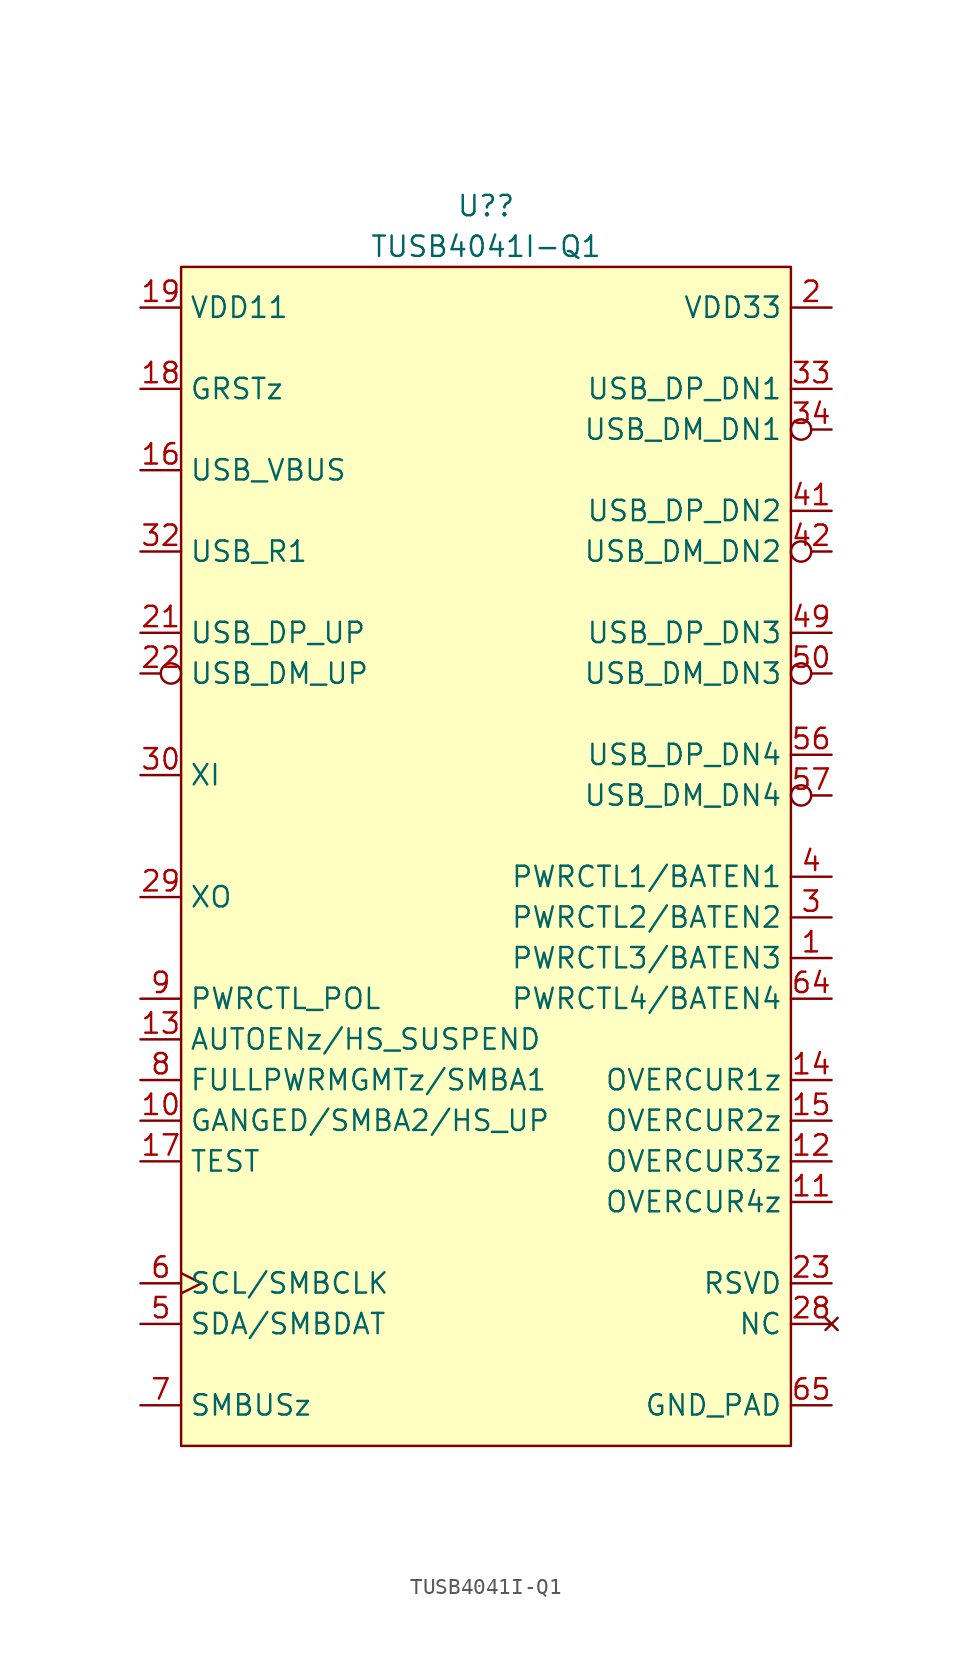
<source format=kicad_sym>
(kicad_symbol_lib
  (version 20241209)
  (generator "kicad_symbol_editor")
  (generator_version "9.0")
  (symbol "TUSB4041I-Q1"
    (property "Reference" "U?"
      (at 0 40.64 0)
      (do_not_autoplace)
      (effects (font (size 1.27 1.27))))
    (property "Value" "TUSB4041I-Q1"
      (at 0 38.1 0)
      (do_not_autoplace)
      (effects (font (size 1.27 1.27))))
    (symbol "TUSB4041I-Q1_0_0"
      (pin power_in line (at -21.59 34.29 0) (length 2.54) (name "VDD11" (effects (font (size 1.27 1.27)))) (number "19" (effects (font (size 1.27 1.27)))))
      (pin input line (at -21.59 29.21 0) (length 2.54) (name "GRSTz" (effects (font (size 1.27 1.27)))) (number "18" (effects (font (size 1.27 1.27)))))
      (pin input line (at -21.59 24.13 0) (length 2.54) (name "USB_VBUS" (effects (font (size 1.27 1.27)))) (number "16" (effects (font (size 1.27 1.27)))))
      (pin input line (at -21.59 19.05 0) (length 2.54) (name "USB_R1" (effects (font (size 1.27 1.27)))) (number "32" (effects (font (size 1.27 1.27)))))
      (pin bidirectional line (at -21.59 13.97 0) (length 2.54) (name "USB_DP_UP" (effects (font (size 1.27 1.27)))) (number "21" (effects (font (size 1.27 1.27)))))
      (pin bidirectional inverted (at -21.59 11.43 0) (length 2.54) (name "USB_DM_UP" (effects (font (size 1.27 1.27)))) (number "22" (effects (font (size 1.27 1.27)))))
      (pin input line (at -21.59 5.08 0) (length 2.54) (name "XI" (effects (font (size 1.27 1.27)))) (number "30" (effects (font (size 1.27 1.27)))))
      (pin output line (at -21.59 -2.54 0) (length 2.54) (name "XO" (effects (font (size 1.27 1.27)))) (number "29" (effects (font (size 1.27 1.27)))))
      (pin bidirectional line (at -21.59 -8.89 0) (length 2.54) (name "PWRCTL_POL" (effects (font (size 1.27 1.27)))) (number "9" (effects (font (size 1.27 1.27)))))
      (pin bidirectional line (at -21.59 -11.43 0) (length 2.54) (name "AUTOENz/HS_SUSPEND" (effects (font (size 1.27 1.27)))) (number "13" (effects (font (size 1.27 1.27)))))
      (pin bidirectional line (at -21.59 -13.97 0) (length 2.54) (name "FULLPWRMGMTz/SMBA1" (effects (font (size 1.27 1.27)))) (number "8" (effects (font (size 1.27 1.27)))))
      (pin bidirectional line (at -21.59 -16.51 0) (length 2.54) (name "GANGED/SMBA2/HS_UP" (effects (font (size 1.27 1.27)))) (number "10" (effects (font (size 1.27 1.27)))))
      (pin input line (at -21.59 -19.05 0) (length 2.54) (name "TEST" (effects (font (size 1.27 1.27)))) (number "17" (effects (font (size 1.27 1.27)))))
      (pin bidirectional clock (at -21.59 -26.67 0) (length 2.54) (name "SCL/SMBCLK" (effects (font (size 1.27 1.27)))) (number "6" (effects (font (size 1.27 1.27)))))
      (pin bidirectional line (at -21.59 -29.21 0) (length 2.54) (name "SDA/SMBDAT" (effects (font (size 1.27 1.27)))) (number "5" (effects (font (size 1.27 1.27)))))
      (pin bidirectional line (at -21.59 -34.29 0) (length 2.54) (name "SMBUSz" (effects (font (size 1.27 1.27)))) (number "7" (effects (font (size 1.27 1.27)))))
      (pin power_in line (at 21.59 34.29 180) (length 2.54) (name "VDD33" (effects (font (size 1.27 1.27)))) (number "2" (effects (font (size 1.27 1.27)))))
      (pin bidirectional line (at 21.59 29.21 180) (length 2.54) (name "USB_DP_DN1" (effects (font (size 1.27 1.27)))) (number "33" (effects (font (size 1.27 1.27)))))
      (pin bidirectional inverted (at 21.59 26.67 180) (length 2.54) (name "USB_DM_DN1" (effects (font (size 1.27 1.27)))) (number "34" (effects (font (size 1.27 1.27)))))
      (pin bidirectional line (at 21.59 21.59 180) (length 2.54) (name "USB_DP_DN2" (effects (font (size 1.27 1.27)))) (number "41" (effects (font (size 1.27 1.27)))))
      (pin bidirectional inverted (at 21.59 19.05 180) (length 2.54) (name "USB_DM_DN2" (effects (font (size 1.27 1.27)))) (number "42" (effects (font (size 1.27 1.27)))))
      (pin bidirectional line (at 21.59 13.97 180) (length 2.54) (name "USB_DP_DN3" (effects (font (size 1.27 1.27)))) (number "49" (effects (font (size 1.27 1.27)))))
      (pin bidirectional inverted (at 21.59 11.43 180) (length 2.54) (name "USB_DM_DN3" (effects (font (size 1.27 1.27)))) (number "50" (effects (font (size 1.27 1.27)))))
      (pin bidirectional line (at 21.59 6.35 180) (length 2.54) (name "USB_DP_DN4" (effects (font (size 1.27 1.27)))) (number "56" (effects (font (size 1.27 1.27)))))
      (pin bidirectional inverted (at 21.59 3.81 180) (length 2.54) (name "USB_DM_DN4" (effects (font (size 1.27 1.27)))) (number "57" (effects (font (size 1.27 1.27)))))
      (pin bidirectional line (at 21.59 -1.27 180) (length 2.54) (name "PWRCTL1/BATEN1" (effects (font (size 1.27 1.27)))) (number "4" (effects (font (size 1.27 1.27)))))
      (pin bidirectional line (at 21.59 -3.81 180) (length 2.54) (name "PWRCTL2/BATEN2" (effects (font (size 1.27 1.27)))) (number "3" (effects (font (size 1.27 1.27)))))
      (pin bidirectional line (at 21.59 -6.35 180) (length 2.54) (name "PWRCTL3/BATEN3" (effects (font (size 1.27 1.27)))) (number "1" (effects (font (size 1.27 1.27)))))
      (pin bidirectional line (at 21.59 -8.89 180) (length 2.54) (name "PWRCTL4/BATEN4" (effects (font (size 1.27 1.27)))) (number "64" (effects (font (size 1.27 1.27)))))
      (pin input line (at 21.59 -13.97 180) (length 2.54) (name "OVERCUR1z" (effects (font (size 1.27 1.27)))) (number "14" (effects (font (size 1.27 1.27)))))
      (pin input line (at 21.59 -16.51 180) (length 2.54) (name "OVERCUR2z" (effects (font (size 1.27 1.27)))) (number "15" (effects (font (size 1.27 1.27)))))
      (pin input line (at 21.59 -19.05 180) (length 2.54) (name "OVERCUR3z" (effects (font (size 1.27 1.27)))) (number "12" (effects (font (size 1.27 1.27)))))
      (pin input line (at 21.59 -21.59 180) (length 2.54) (name "OVERCUR4z" (effects (font (size 1.27 1.27)))) (number "11" (effects (font (size 1.27 1.27)))))
      (pin bidirectional line (at 21.59 -26.67 180) (length 2.54) (name "RSVD" (effects (font (size 1.27 1.27)))) (number "23" (effects (font (size 1.27 1.27)))))
      (pin no_connect line (at 21.59 -29.21 180) (length 2.54) (name "NC" (effects (font (size 1.27 1.27)))) (number "28" (effects (font (size 1.27 1.27)))))
      (pin passive line (at 21.59 -34.29 180) (length 2.54) (name "GND_PAD" (effects (font (size 1.27 1.27)))) (number "65" (effects (font (size 1.27 1.27))))))
    (symbol "TUSB4041I-Q1_1_0"
      (pin power_in line (at -21.59 34.29 0) (length 2.54) (hide yes) (name "VDD11" (effects (font (size 1.27 1.27)))) (number "25" (effects (font (size 1.27 1.27)))))
      (pin power_in line (at -21.59 34.29 0) (length 2.54) (hide yes) (name "VDD11" (effects (font (size 1.27 1.27)))) (number "37" (effects (font (size 1.27 1.27)))))
      (pin power_in line (at -21.59 34.29 0) (length 2.54) (hide yes) (name "VDD11" (effects (font (size 1.27 1.27)))) (number "45" (effects (font (size 1.27 1.27)))))
      (pin power_in line (at -21.59 34.29 0) (length 2.54) (hide yes) (name "VDD11" (effects (font (size 1.27 1.27)))) (number "53" (effects (font (size 1.27 1.27)))))
      (pin power_in line (at -21.59 34.29 0) (length 2.54) (hide yes) (name "VDD11" (effects (font (size 1.27 1.27)))) (number "60" (effects (font (size 1.27 1.27)))))
      (pin power_in line (at -21.59 34.29 0) (length 2.54) (hide yes) (name "VDD11" (effects (font (size 1.27 1.27)))) (number "63" (effects (font (size 1.27 1.27)))))
      (pin power_in line (at 21.59 34.29 180) (length 2.54) (hide yes) (name "VDD33" (effects (font (size 1.27 1.27)))) (number "20" (effects (font (size 1.27 1.27)))))
      (pin power_in line (at 21.59 34.29 180) (length 2.54) (hide yes) (name "VDD33" (effects (font (size 1.27 1.27)))) (number "31" (effects (font (size 1.27 1.27)))))
      (pin power_in line (at 21.59 34.29 180) (length 2.54) (hide yes) (name "VDD33" (effects (font (size 1.27 1.27)))) (number "48" (effects (font (size 1.27 1.27)))))
      (pin bidirectional line (at 21.59 -26.67 180) (length 2.54) (hide yes) (name "RSVD" (effects (font (size 1.27 1.27)))) (number "24" (effects (font (size 1.27 1.27)))))
      (pin bidirectional line (at 21.59 -26.67 180) (length 2.54) (hide yes) (name "RSVD" (effects (font (size 1.27 1.27)))) (number "26" (effects (font (size 1.27 1.27)))))
      (pin bidirectional line (at 21.59 -26.67 180) (length 2.54) (hide yes) (name "RSVD" (effects (font (size 1.27 1.27)))) (number "27" (effects (font (size 1.27 1.27)))))
      (pin bidirectional line (at 21.59 -26.67 180) (length 2.54) (hide yes) (name "RSVD" (effects (font (size 1.27 1.27)))) (number "35" (effects (font (size 1.27 1.27)))))
      (pin bidirectional line (at 21.59 -26.67 180) (length 2.54) (hide yes) (name "RSVD" (effects (font (size 1.27 1.27)))) (number "36" (effects (font (size 1.27 1.27)))))
      (pin bidirectional line (at 21.59 -26.67 180) (length 2.54) (hide yes) (name "RSVD" (effects (font (size 1.27 1.27)))) (number "38" (effects (font (size 1.27 1.27)))))
      (pin bidirectional line (at 21.59 -26.67 180) (length 2.54) (hide yes) (name "RSVD" (effects (font (size 1.27 1.27)))) (number "39" (effects (font (size 1.27 1.27)))))
      (pin bidirectional line (at 21.59 -26.67 180) (length 2.54) (hide yes) (name "RSVD" (effects (font (size 1.27 1.27)))) (number "43" (effects (font (size 1.27 1.27)))))
      (pin bidirectional line (at 21.59 -26.67 180) (length 2.54) (hide yes) (name "RSVD" (effects (font (size 1.27 1.27)))) (number "44" (effects (font (size 1.27 1.27)))))
      (pin bidirectional line (at 21.59 -26.67 180) (length 2.54) (hide yes) (name "RSVD" (effects (font (size 1.27 1.27)))) (number "46" (effects (font (size 1.27 1.27)))))
      (pin bidirectional line (at 21.59 -26.67 180) (length 2.54) (hide yes) (name "RSVD" (effects (font (size 1.27 1.27)))) (number "47" (effects (font (size 1.27 1.27)))))
      (pin bidirectional line (at 21.59 -26.67 180) (length 2.54) (hide yes) (name "RSVD" (effects (font (size 1.27 1.27)))) (number "51" (effects (font (size 1.27 1.27)))))
      (pin bidirectional line (at 21.59 -26.67 180) (length 2.54) (hide yes) (name "RSVD" (effects (font (size 1.27 1.27)))) (number "52" (effects (font (size 1.27 1.27)))))
      (pin bidirectional line (at 21.59 -26.67 180) (length 2.54) (hide yes) (name "RSVD" (effects (font (size 1.27 1.27)))) (number "54" (effects (font (size 1.27 1.27)))))
      (pin bidirectional line (at 21.59 -26.67 180) (length 2.54) (hide yes) (name "RSVD" (effects (font (size 1.27 1.27)))) (number "55" (effects (font (size 1.27 1.27)))))
      (pin bidirectional line (at 21.59 -26.67 180) (length 2.54) (hide yes) (name "RSVD" (effects (font (size 1.27 1.27)))) (number "58" (effects (font (size 1.27 1.27)))))
      (pin bidirectional line (at 21.59 -26.67 180) (length 2.54) (hide yes) (name "RSVD" (effects (font (size 1.27 1.27)))) (number "59" (effects (font (size 1.27 1.27)))))
      (pin bidirectional line (at 21.59 -26.67 180) (length 2.54) (hide yes) (name "RSVD" (effects (font (size 1.27 1.27)))) (number "61" (effects (font (size 1.27 1.27)))))
      (pin bidirectional line (at 21.59 -26.67 180) (length 2.54) (hide yes) (name "RSVD" (effects (font (size 1.27 1.27)))) (number "62" (effects (font (size 1.27 1.27)))))
      (pin no_connect line (at 21.59 -29.21 180) (length 2.54) (hide yes) (name "NC" (effects (font (size 1.27 1.27)))) (number "40" (effects (font (size 1.27 1.27))))))
    (symbol "TUSB4041I-Q1_1_1"
      (rectangle (start -19.05 36.83) (end 19.05 -36.83) (stroke (width 0) (type solid)) (fill (type background))))))
</source>
